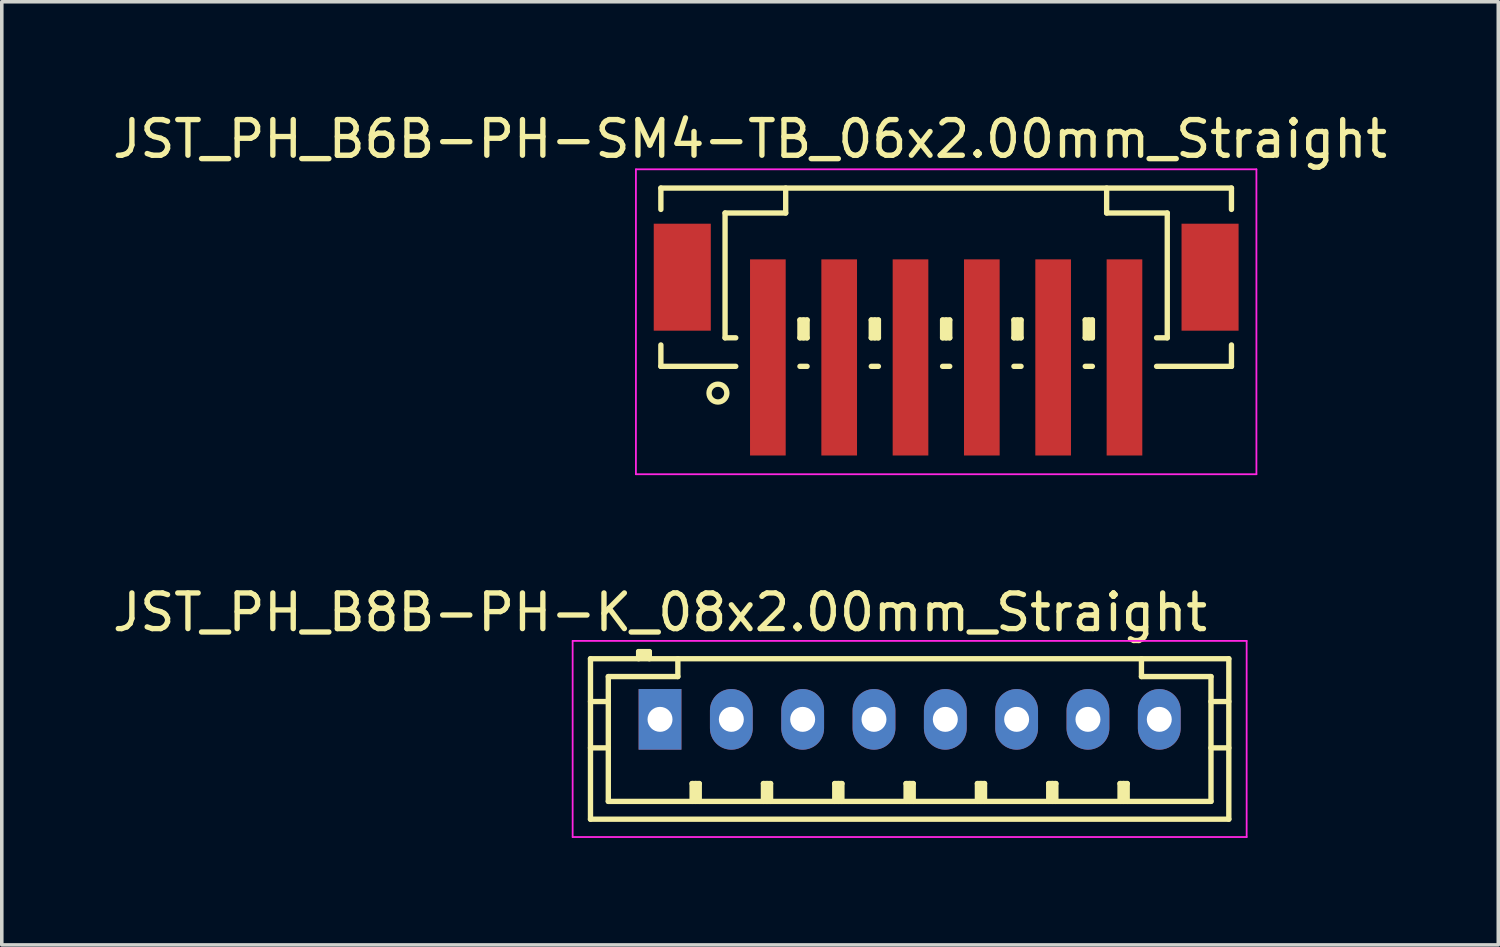
<source format=kicad_pcb>
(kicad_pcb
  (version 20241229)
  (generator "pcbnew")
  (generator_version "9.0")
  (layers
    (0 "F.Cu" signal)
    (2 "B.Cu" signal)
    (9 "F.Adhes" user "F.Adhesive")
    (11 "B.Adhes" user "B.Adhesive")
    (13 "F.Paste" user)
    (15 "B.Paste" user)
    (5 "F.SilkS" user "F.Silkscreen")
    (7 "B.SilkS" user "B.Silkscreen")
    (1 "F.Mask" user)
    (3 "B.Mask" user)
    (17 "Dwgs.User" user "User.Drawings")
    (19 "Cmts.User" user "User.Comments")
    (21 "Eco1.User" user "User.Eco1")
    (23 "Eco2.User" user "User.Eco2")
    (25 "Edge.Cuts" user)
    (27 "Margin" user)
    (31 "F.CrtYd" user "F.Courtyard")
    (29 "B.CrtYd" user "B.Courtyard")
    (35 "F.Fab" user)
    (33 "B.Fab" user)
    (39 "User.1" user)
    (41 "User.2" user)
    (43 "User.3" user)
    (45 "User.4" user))
  (footprint "JST_PH_B6B-PH-SM4-TB_06x2.00mm_Straight"
    (layer "F.Cu")
    (at 23.482 5.848)
    (property "Reference" "JST_PH_B6B-PH-SM4-TB_06x2.00mm_Straight" (at -5.5 -5 0) (layer "F.SilkS") (effects (font (size 1 1) (thickness 0.15))))
    (attr smd)
    (fp_line (start -8 -3.625) (end 8 -3.625) (stroke (width 0.15) (type solid)) (layer "F.SilkS"))
    (fp_line (start -8 -3.025) (end -8 -3.625) (stroke (width 0.15) (type solid)) (layer "F.SilkS"))
    (fp_line (start -8 0.775) (end -8 1.375) (stroke (width 0.15) (type solid)) (layer "F.SilkS"))
    (fp_line (start -8 1.375) (end -5.9 1.375) (stroke (width 0.15) (type solid)) (layer "F.SilkS"))
    (fp_line (start -6.2 -2.925) (end -6.2 0.575) (stroke (width 0.15) (type solid)) (layer "F.SilkS"))
    (fp_line (start -6.2 0.575) (end -5.9 0.575) (stroke (width 0.15) (type solid)) (layer "F.SilkS"))
    (fp_line (start -4.5 -3.625) (end -4.5 -2.925) (stroke (width 0.15) (type solid)) (layer "F.SilkS"))
    (fp_line (start -4.5 -2.925) (end -6.2 -2.925) (stroke (width 0.15) (type solid)) (layer "F.SilkS"))
    (fp_line (start -4.1 0.075) (end -3.9 0.075) (stroke (width 0.15) (type solid)) (layer "F.SilkS"))
    (fp_line (start -4.1 0.575) (end -4.1 0.075) (stroke (width 0.15) (type solid)) (layer "F.SilkS"))
    (fp_line (start -4.1 0.575) (end -3.9 0.575) (stroke (width 0.15) (type solid)) (layer "F.SilkS"))
    (fp_line (start -4.1 1.375) (end -3.9 1.375) (stroke (width 0.15) (type solid)) (layer "F.SilkS"))
    (fp_line (start -4 0.575) (end -4 0.075) (stroke (width 0.15) (type solid)) (layer "F.SilkS"))
    (fp_line (start -3.9 0.075) (end -3.9 0.575) (stroke (width 0.15) (type solid)) (layer "F.SilkS"))
    (fp_line (start -2.1 0.075) (end -1.9 0.075) (stroke (width 0.15) (type solid)) (layer "F.SilkS"))
    (fp_line (start -2.1 0.575) (end -2.1 0.075) (stroke (width 0.15) (type solid)) (layer "F.SilkS"))
    (fp_line (start -2.1 0.575) (end -1.9 0.575) (stroke (width 0.15) (type solid)) (layer "F.SilkS"))
    (fp_line (start -2.1 1.375) (end -1.9 1.375) (stroke (width 0.15) (type solid)) (layer "F.SilkS"))
    (fp_line (start -2 0.575) (end -2 0.075) (stroke (width 0.15) (type solid)) (layer "F.SilkS"))
    (fp_line (start -1.9 0.075) (end -1.9 0.575) (stroke (width 0.15) (type solid)) (layer "F.SilkS"))
    (fp_line (start -0.1 0.075) (end 0.1 0.075) (stroke (width 0.15) (type solid)) (layer "F.SilkS"))
    (fp_line (start -0.1 0.575) (end -0.1 0.075) (stroke (width 0.15) (type solid)) (layer "F.SilkS"))
    (fp_line (start -0.1 0.575) (end 0.1 0.575) (stroke (width 0.15) (type solid)) (layer "F.SilkS"))
    (fp_line (start -0.1 1.375) (end 0.1 1.375) (stroke (width 0.15) (type solid)) (layer "F.SilkS"))
    (fp_line (start 0 0.575) (end 0 0.075) (stroke (width 0.15) (type solid)) (layer "F.SilkS"))
    (fp_line (start 0.1 0.075) (end 0.1 0.575) (stroke (width 0.15) (type solid)) (layer "F.SilkS"))
    (fp_line (start 1.9 0.075) (end 2.1 0.075) (stroke (width 0.15) (type solid)) (layer "F.SilkS"))
    (fp_line (start 1.9 0.575) (end 1.9 0.075) (stroke (width 0.15) (type solid)) (layer "F.SilkS"))
    (fp_line (start 1.9 0.575) (end 2.1 0.575) (stroke (width 0.15) (type solid)) (layer "F.SilkS"))
    (fp_line (start 1.9 1.375) (end 2.1 1.375) (stroke (width 0.15) (type solid)) (layer "F.SilkS"))
    (fp_line (start 2 0.575) (end 2 0.075) (stroke (width 0.15) (type solid)) (layer "F.SilkS"))
    (fp_line (start 2.1 0.075) (end 2.1 0.575) (stroke (width 0.15) (type solid)) (layer "F.SilkS"))
    (fp_line (start 3.9 0.075) (end 4.1 0.075) (stroke (width 0.15) (type solid)) (layer "F.SilkS"))
    (fp_line (start 3.9 0.575) (end 3.9 0.075) (stroke (width 0.15) (type solid)) (layer "F.SilkS"))
    (fp_line (start 3.9 0.575) (end 4.1 0.575) (stroke (width 0.15) (type solid)) (layer "F.SilkS"))
    (fp_line (start 3.9 1.375) (end 4.1 1.375) (stroke (width 0.15) (type solid)) (layer "F.SilkS"))
    (fp_line (start 4 0.575) (end 4 0.075) (stroke (width 0.15) (type solid)) (layer "F.SilkS"))
    (fp_line (start 4.1 0.075) (end 4.1 0.575) (stroke (width 0.15) (type solid)) (layer "F.SilkS"))
    (fp_line (start 4.5 -3.625) (end 4.5 -2.925) (stroke (width 0.15) (type solid)) (layer "F.SilkS"))
    (fp_line (start 4.5 -2.925) (end 6.2 -2.925) (stroke (width 0.15) (type solid)) (layer "F.SilkS"))
    (fp_line (start 6.2 -2.925) (end 6.2 0.575) (stroke (width 0.15) (type solid)) (layer "F.SilkS"))
    (fp_line (start 6.2 0.575) (end 5.9 0.575) (stroke (width 0.15) (type solid)) (layer "F.SilkS"))
    (fp_line (start 8 -3.625) (end 8 -3.025) (stroke (width 0.15) (type solid)) (layer "F.SilkS"))
    (fp_line (start 8 0.775) (end 8 1.375) (stroke (width 0.15) (type solid)) (layer "F.SilkS"))
    (fp_line (start 8 1.375) (end 5.9 1.375) (stroke (width 0.15) (type solid)) (layer "F.SilkS"))
    (fp_circle (center -6.4 2.125) (end -6.15 2.125) (stroke (width 0.15) (type solid)) (fill no) (layer "F.SilkS"))
    (fp_line (start -8.7 -4.15) (end 8.7 -4.15) (stroke (width 0.05) (type solid)) (layer "F.CrtYd"))
    (fp_line (start -8.7 4.4) (end -8.7 -4.15) (stroke (width 0.05) (type solid)) (layer "F.CrtYd"))
    (fp_line (start 8.7 -4.15) (end 8.7 4.4) (stroke (width 0.05) (type solid)) (layer "F.CrtYd"))
    (fp_line (start 8.7 4.4) (end -8.7 4.4) (stroke (width 0.05) (type solid)) (layer "F.CrtYd"))
    (pad "" smd rect (at -7.4 -1.125) (size 1.6 3) (layers "F.Cu" "F.Mask" "F.Paste"))
    (pad "" smd rect (at 7.4 -1.125) (size 1.6 3) (layers "F.Cu" "F.Mask" "F.Paste"))
    (pad "1" smd rect (at -5 1.125) (size 1 5.5) (layers "F.Cu" "F.Mask" "F.Paste"))
    (pad "2" smd rect (at -3 1.125) (size 1 5.5) (layers "F.Cu" "F.Mask" "F.Paste"))
    (pad "3" smd rect (at -1 1.125) (size 1 5.5) (layers "F.Cu" "F.Mask" "F.Paste"))
    (pad "4" smd rect (at 1 1.125) (size 1 5.5) (layers "F.Cu" "F.Mask" "F.Paste"))
    (pad "5" smd rect (at 3 1.125) (size 1 5.5) (layers "F.Cu" "F.Mask" "F.Paste"))
    (pad "6" smd rect (at 5 1.125) (size 1 5.5) (layers "F.Cu" "F.Mask" "F.Paste")))
  (footprint "JST_PH_B8B-PH-K_08x2.00mm_Straight"
    (layer "F.Cu")
    (at 15.458 17.122)
    (property "Reference" "JST_PH_B8B-PH-K_08x2.00mm_Straight" (at 0 -3 0) (layer "F.SilkS") (effects (font (size 1 1) (thickness 0.15))))
    (attr through_hole)
    (fp_line (start -1.95 -1.7) (end 15.95 -1.7) (stroke (width 0.15) (type solid)) (layer "F.SilkS"))
    (fp_line (start -1.95 -0.5) (end -1.45 -0.5) (stroke (width 0.15) (type solid)) (layer "F.SilkS"))
    (fp_line (start -1.95 0.8) (end -1.45 0.8) (stroke (width 0.15) (type solid)) (layer "F.SilkS"))
    (fp_line (start -1.95 2.8) (end -1.95 -1.7) (stroke (width 0.15) (type solid)) (layer "F.SilkS"))
    (fp_line (start -1.45 -1.2) (end -1.45 2.3) (stroke (width 0.15) (type solid)) (layer "F.SilkS"))
    (fp_line (start -1.45 2.3) (end 15.45 2.3) (stroke (width 0.15) (type solid)) (layer "F.SilkS"))
    (fp_line (start -0.6 -1.9) (end -0.6 -1.7) (stroke (width 0.15) (type solid)) (layer "F.SilkS"))
    (fp_line (start -0.3 -1.9) (end -0.6 -1.9) (stroke (width 0.15) (type solid)) (layer "F.SilkS"))
    (fp_line (start -0.3 -1.8) (end -0.6 -1.8) (stroke (width 0.15) (type solid)) (layer "F.SilkS"))
    (fp_line (start -0.3 -1.7) (end -0.3 -1.9) (stroke (width 0.15) (type solid)) (layer "F.SilkS"))
    (fp_line (start 0.5 -1.7) (end 0.5 -1.2) (stroke (width 0.15) (type solid)) (layer "F.SilkS"))
    (fp_line (start 0.5 -1.2) (end -1.45 -1.2) (stroke (width 0.15) (type solid)) (layer "F.SilkS"))
    (fp_line (start 0.9 1.8) (end 1.1 1.8) (stroke (width 0.15) (type solid)) (layer "F.SilkS"))
    (fp_line (start 0.9 2.3) (end 0.9 1.8) (stroke (width 0.15) (type solid)) (layer "F.SilkS"))
    (fp_line (start 1 2.3) (end 1 1.8) (stroke (width 0.15) (type solid)) (layer "F.SilkS"))
    (fp_line (start 1.1 1.8) (end 1.1 2.3) (stroke (width 0.15) (type solid)) (layer "F.SilkS"))
    (fp_line (start 2.9 1.8) (end 3.1 1.8) (stroke (width 0.15) (type solid)) (layer "F.SilkS"))
    (fp_line (start 2.9 2.3) (end 2.9 1.8) (stroke (width 0.15) (type solid)) (layer "F.SilkS"))
    (fp_line (start 3 2.3) (end 3 1.8) (stroke (width 0.15) (type solid)) (layer "F.SilkS"))
    (fp_line (start 3.1 1.8) (end 3.1 2.3) (stroke (width 0.15) (type solid)) (layer "F.SilkS"))
    (fp_line (start 4.9 1.8) (end 5.1 1.8) (stroke (width 0.15) (type solid)) (layer "F.SilkS"))
    (fp_line (start 4.9 2.3) (end 4.9 1.8) (stroke (width 0.15) (type solid)) (layer "F.SilkS"))
    (fp_line (start 5 2.3) (end 5 1.8) (stroke (width 0.15) (type solid)) (layer "F.SilkS"))
    (fp_line (start 5.1 1.8) (end 5.1 2.3) (stroke (width 0.15) (type solid)) (layer "F.SilkS"))
    (fp_line (start 6.9 1.8) (end 7.1 1.8) (stroke (width 0.15) (type solid)) (layer "F.SilkS"))
    (fp_line (start 6.9 2.3) (end 6.9 1.8) (stroke (width 0.15) (type solid)) (layer "F.SilkS"))
    (fp_line (start 7 2.3) (end 7 1.8) (stroke (width 0.15) (type solid)) (layer "F.SilkS"))
    (fp_line (start 7.1 1.8) (end 7.1 2.3) (stroke (width 0.15) (type solid)) (layer "F.SilkS"))
    (fp_line (start 8.9 1.8) (end 9.1 1.8) (stroke (width 0.15) (type solid)) (layer "F.SilkS"))
    (fp_line (start 8.9 2.3) (end 8.9 1.8) (stroke (width 0.15) (type solid)) (layer "F.SilkS"))
    (fp_line (start 9 2.3) (end 9 1.8) (stroke (width 0.15) (type solid)) (layer "F.SilkS"))
    (fp_line (start 9.1 1.8) (end 9.1 2.3) (stroke (width 0.15) (type solid)) (layer "F.SilkS"))
    (fp_line (start 10.9 1.8) (end 11.1 1.8) (stroke (width 0.15) (type solid)) (layer "F.SilkS"))
    (fp_line (start 10.9 2.3) (end 10.9 1.8) (stroke (width 0.15) (type solid)) (layer "F.SilkS"))
    (fp_line (start 11 2.3) (end 11 1.8) (stroke (width 0.15) (type solid)) (layer "F.SilkS"))
    (fp_line (start 11.1 1.8) (end 11.1 2.3) (stroke (width 0.15) (type solid)) (layer "F.SilkS"))
    (fp_line (start 12.9 1.8) (end 13.1 1.8) (stroke (width 0.15) (type solid)) (layer "F.SilkS"))
    (fp_line (start 12.9 2.3) (end 12.9 1.8) (stroke (width 0.15) (type solid)) (layer "F.SilkS"))
    (fp_line (start 13 2.3) (end 13 1.8) (stroke (width 0.15) (type solid)) (layer "F.SilkS"))
    (fp_line (start 13.1 1.8) (end 13.1 2.3) (stroke (width 0.15) (type solid)) (layer "F.SilkS"))
    (fp_line (start 13.5 -1.2) (end 13.5 -1.7) (stroke (width 0.15) (type solid)) (layer "F.SilkS"))
    (fp_line (start 15.45 -1.2) (end 13.5 -1.2) (stroke (width 0.15) (type solid)) (layer "F.SilkS"))
    (fp_line (start 15.45 -0.5) (end 15.95 -0.5) (stroke (width 0.15) (type solid)) (layer "F.SilkS"))
    (fp_line (start 15.45 0.8) (end 15.95 0.8) (stroke (width 0.15) (type solid)) (layer "F.SilkS"))
    (fp_line (start 15.45 2.3) (end 15.45 -1.2) (stroke (width 0.15) (type solid)) (layer "F.SilkS"))
    (fp_line (start 15.95 -1.7) (end 15.95 2.8) (stroke (width 0.15) (type solid)) (layer "F.SilkS"))
    (fp_line (start 15.95 2.8) (end -1.95 2.8) (stroke (width 0.15) (type solid)) (layer "F.SilkS"))
    (fp_line (start -2.45 -2.2) (end 16.45 -2.2) (stroke (width 0.05) (type solid)) (layer "F.CrtYd"))
    (fp_line (start -2.45 3.3) (end -2.45 -2.2) (stroke (width 0.05) (type solid)) (layer "F.CrtYd"))
    (fp_line (start 16.45 -2.2) (end 16.45 3.3) (stroke (width 0.05) (type solid)) (layer "F.CrtYd"))
    (fp_line (start 16.45 3.3) (end -2.45 3.3) (stroke (width 0.05) (type solid)) (layer "F.CrtYd"))
    (pad "1" thru_hole rect (at 0 0) (size 1.2 1.7) (drill 0.7) (layers "*.Cu" "*.Mask"))
    (pad "2" thru_hole oval (at 2 0) (size 1.2 1.7) (drill 0.7) (layers "*.Cu" "*.Mask"))
    (pad "3" thru_hole oval (at 4 0) (size 1.2 1.7) (drill 0.7) (layers "*.Cu" "*.Mask"))
    (pad "4" thru_hole oval (at 6 0) (size 1.2 1.7) (drill 0.7) (layers "*.Cu" "*.Mask"))
    (pad "5" thru_hole oval (at 8 0) (size 1.2 1.7) (drill 0.7) (layers "*.Cu" "*.Mask"))
    (pad "6" thru_hole oval (at 10 0) (size 1.2 1.7) (drill 0.7) (layers "*.Cu" "*.Mask"))
    (pad "7" thru_hole oval (at 12 0) (size 1.2 1.7) (drill 0.7) (layers "*.Cu" "*.Mask"))
    (pad "8" thru_hole oval (at 14 0) (size 1.2 1.7) (drill 0.7) (layers "*.Cu" "*.Mask")))
  (gr_rect
    (start -3 -3)
    (end 38.964 23.447)
    (stroke (width 0.1) (type default))
    (fill no)
    (layer "Edge.Cuts")))
</source>
